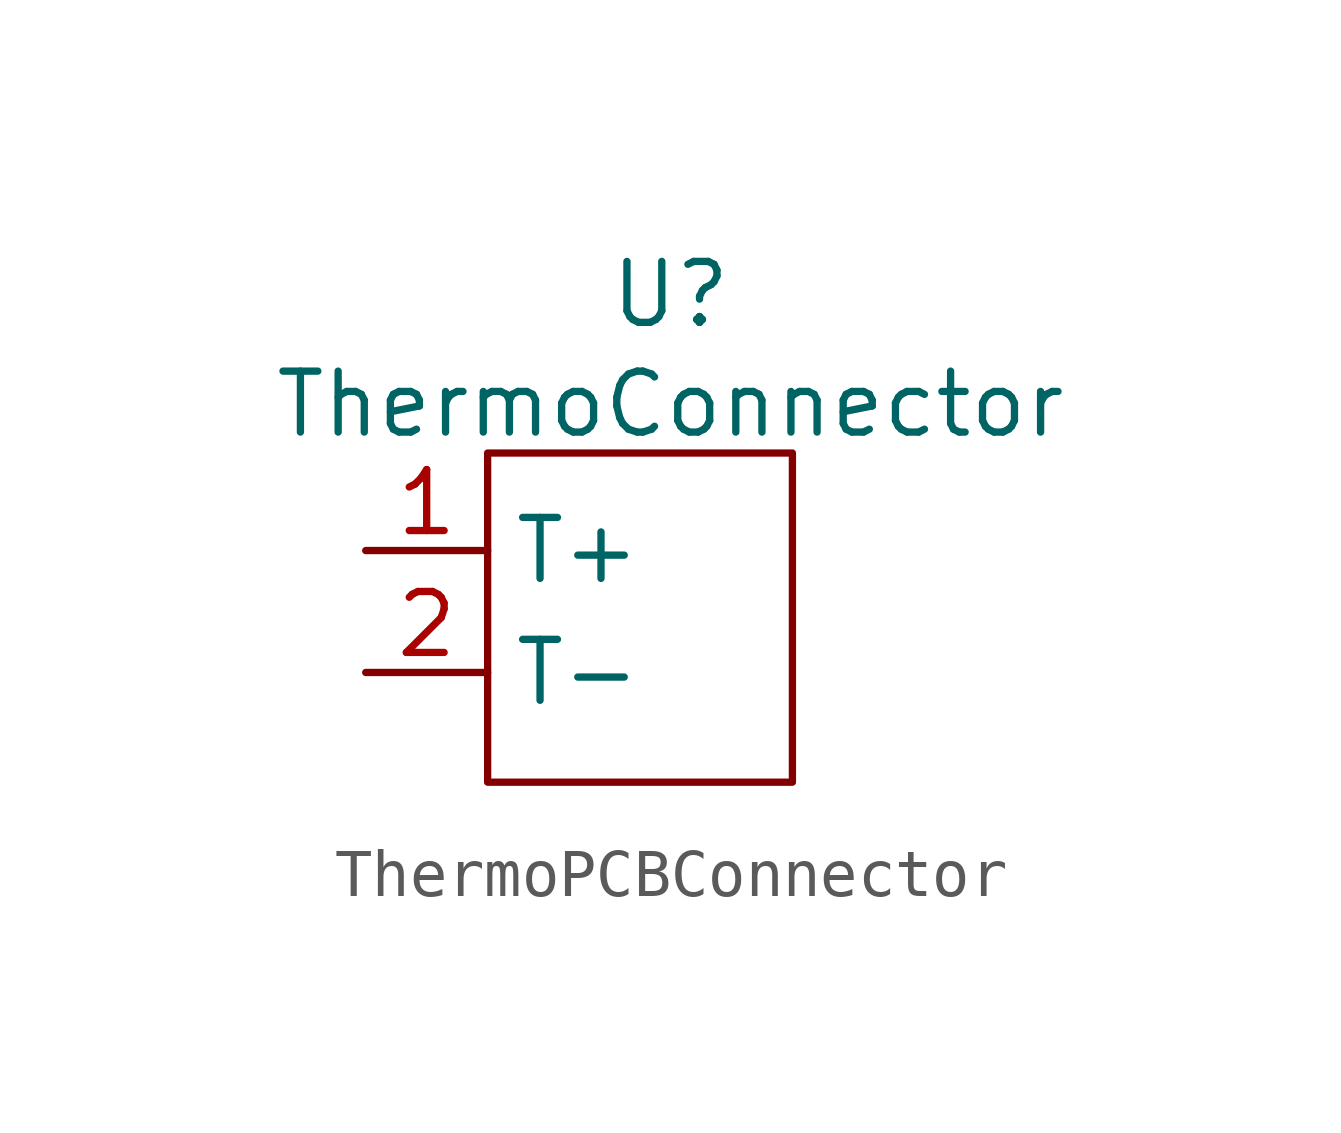
<source format=kicad_sym>
(kicad_symbol_lib
  (version 20241209)
  (generator "kicad_symbol_editor")
  (generator_version "9.0")
  (symbol "ThermoPCBConnector"
    (property "Reference" "U"
      (at 0 6.604 0)
      (effects (font (size 1.27 1.27))))
    (property "Value" "ThermoConnector"
      (at 0 4.318 0)
      (effects (font (size 1.27 1.27))))
    (symbol "ThermoPCBConnector_0_1"
      (rectangle (start -3.81 -3.556) (end 2.54 3.302) (stroke (width 0) (type default)) (fill (type none))))
    (symbol "ThermoPCBConnector_1_1"
      (pin input line (at -6.35 1.27 0) (length 2.54) (name "T+" (effects (font (size 1.27 1.27)))) (number "1" (effects (font (size 1.27 1.27)))))
      (pin input line (at -6.35 -1.27 0) (length 2.54) (name "T-" (effects (font (size 1.27 1.27)))) (number "2" (effects (font (size 1.27 1.27))))))))
</source>
